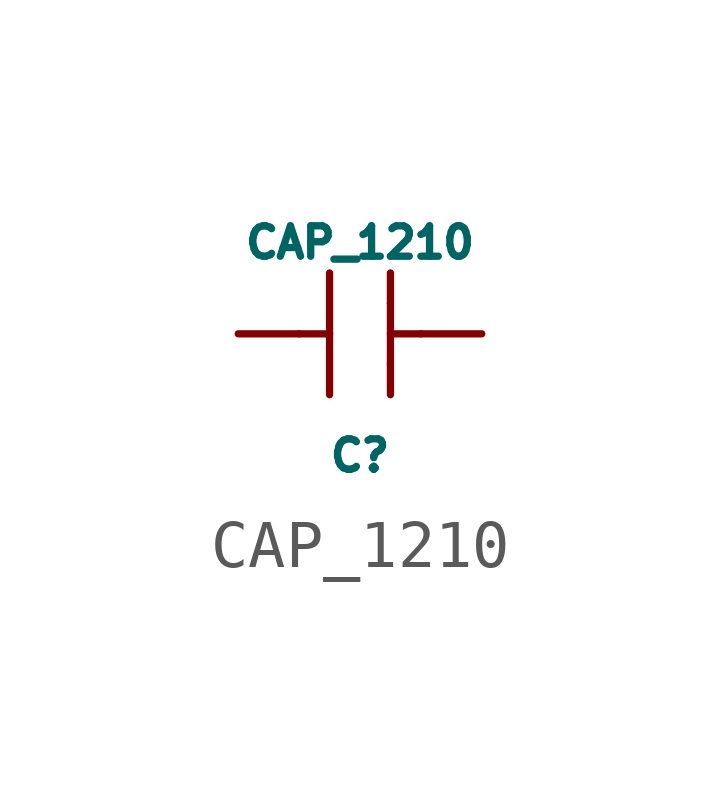
<source format=kicad_sym>
(kicad_symbol_lib
  (version 20241209)
  (generator "kicad_symbol_editor")
  (generator_version "9.0")
  (symbol "CAP_1210"
    (pin_numbers
      (hide yes))
    (pin_names
      (offset 0)
      (hide yes))
    (property "Reference" "C"
      (at 0 -2.54 0)
      (effects (font (size 0.635 0.635))))
    (property "Value" "CAP_1210"
      (at 0 1.905 0)
      (effects (font (size 0.635 0.635))))
    (property "Datasheet" ""
      (at 0 0 0)
      (effects (font (size 1.524 1.524))))
    (symbol "CAP_1210_0_1"
      (polyline (pts (xy -1.27 0) (xy -0.635 0)) (stroke (width 0) (type default)) (fill (type none)))
      (polyline (pts (xy -0.635 -1.27) (xy -0.635 1.27)) (stroke (width 0) (type default)) (fill (type none)))
      (polyline (pts (xy 0.635 1.27) (xy 0.635 0.635)) (stroke (width 0) (type default)) (fill (type none)))
      (polyline (pts (xy 0.635 0.635) (xy 0.635 -0.635)) (stroke (width 0) (type default)) (fill (type none)))
      (polyline (pts (xy 0.635 -1.27) (xy 0.635 -0.635)) (stroke (width 0) (type default)) (fill (type none)))
      (polyline (pts (xy 1.27 0) (xy 0.635 0)) (stroke (width 0) (type default)) (fill (type none))))
    (symbol "CAP_1210_1_1"
      (pin passive line (at -2.54 0 0) (length 1.27) (name "~" (effects (font (size 0.635 0.635)))) (number "1" (effects (font (size 0.635 0.635)))))
      (pin passive line (at 2.54 0 180) (length 1.27) (name "~" (effects (font (size 0.635 0.635)))) (number "2" (effects (font (size 0.635 0.635))))))))
</source>
